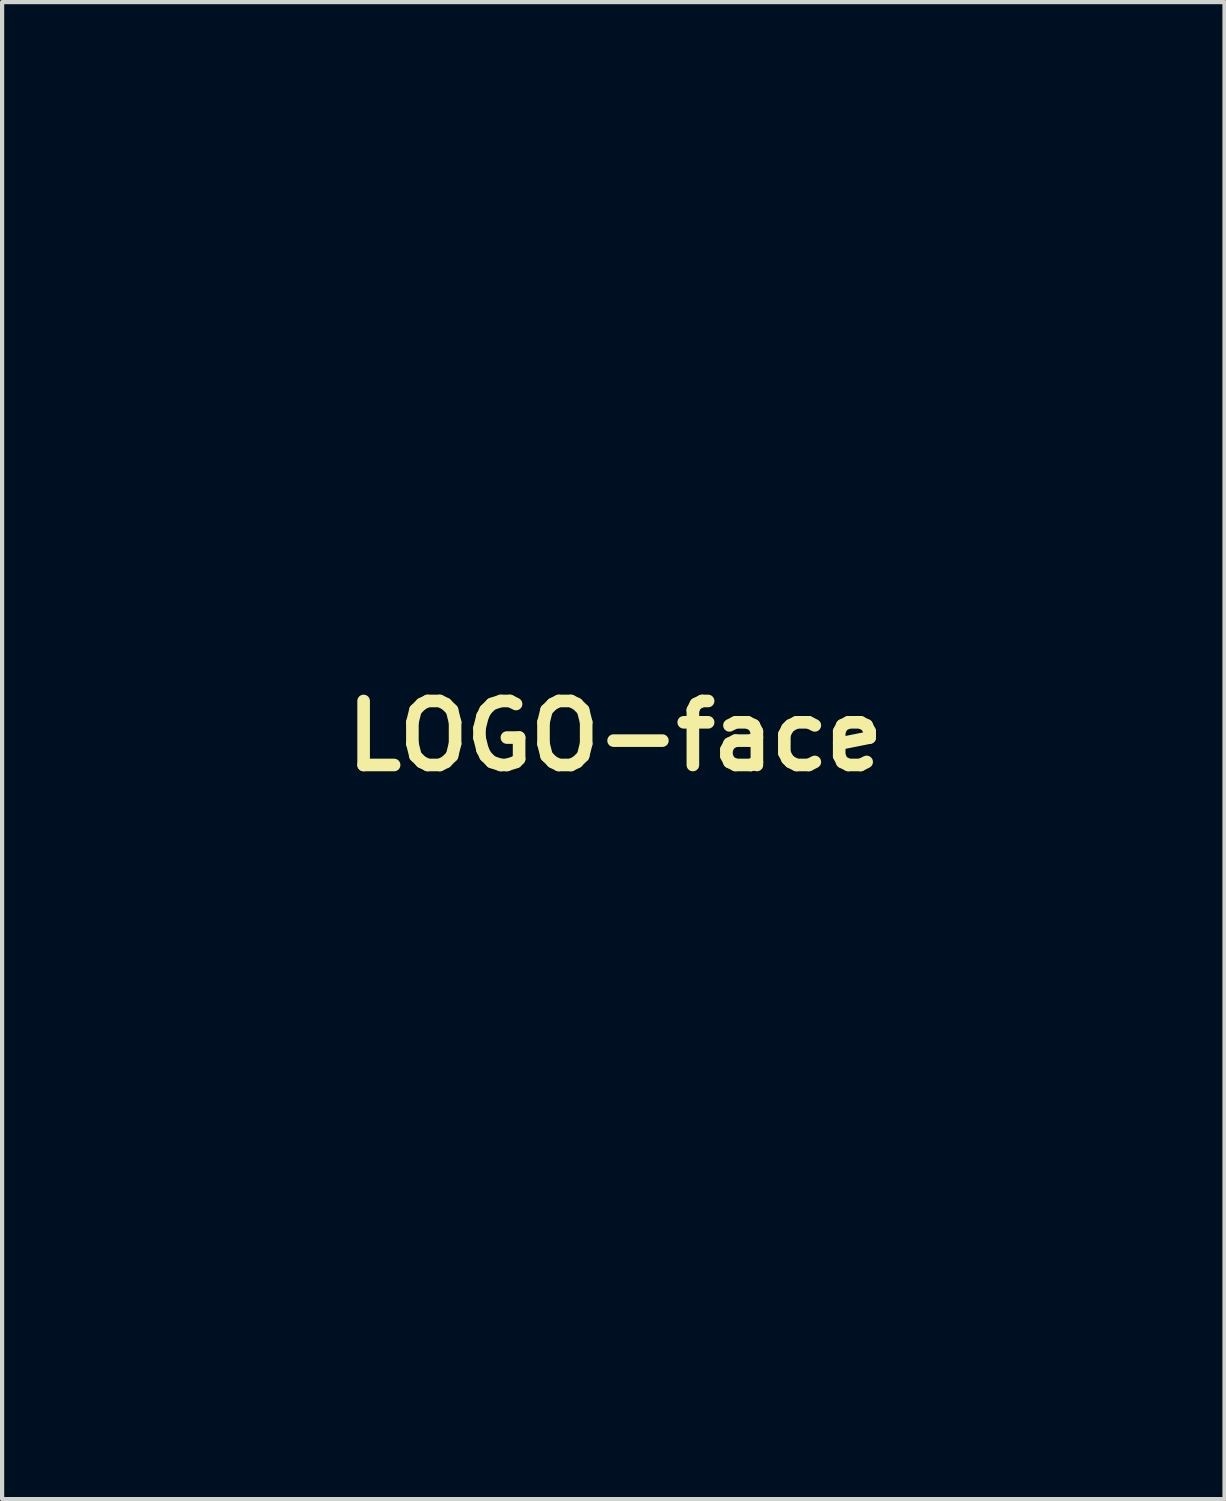
<source format=kicad_pcb>
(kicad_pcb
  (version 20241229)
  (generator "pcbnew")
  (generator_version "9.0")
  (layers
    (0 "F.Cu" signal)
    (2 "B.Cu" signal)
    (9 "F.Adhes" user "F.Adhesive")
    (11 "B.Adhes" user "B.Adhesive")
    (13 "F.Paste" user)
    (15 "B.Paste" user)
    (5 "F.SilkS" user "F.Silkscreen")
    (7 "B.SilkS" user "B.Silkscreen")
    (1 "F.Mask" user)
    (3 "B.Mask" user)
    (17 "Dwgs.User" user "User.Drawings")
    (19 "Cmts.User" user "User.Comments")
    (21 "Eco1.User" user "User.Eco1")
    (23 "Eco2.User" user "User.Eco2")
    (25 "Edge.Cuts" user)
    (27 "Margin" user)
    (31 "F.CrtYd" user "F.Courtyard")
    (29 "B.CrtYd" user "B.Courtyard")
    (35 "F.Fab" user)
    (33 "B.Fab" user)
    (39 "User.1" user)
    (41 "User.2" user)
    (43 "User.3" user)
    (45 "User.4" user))
  (footprint "LOGO-face"
    (layer "F.Cu")
    (at 11.593 14.471)
    (property "Reference" "LOGO-face" (at 0 0 0) (layer "F.SilkS") (effects (font (size 1.524 1.524) (thickness 0.3))))
    (attr through_hole)
    (fp_poly (pts (xy -1.693 -10.88) (xy -1.736 -10.837) (xy -1.778 -10.88) (xy -1.736 -10.922) (xy -1.693 -10.88)) (stroke (width 0.01) (type solid)) (fill no) (layer "Eco2.User"))
    (fp_poly (pts (xy -1.524 -11.557) (xy -1.566 -11.515) (xy -1.609 -11.557) (xy -1.566 -11.599) (xy -1.524 -11.557)) (stroke (width 0.01) (type solid)) (fill no) (layer "Eco2.User"))
    (fp_poly (pts (xy -1.355 -11.218) (xy -1.397 -11.176) (xy -1.439 -11.218) (xy -1.397 -11.261) (xy -1.355 -11.218)) (stroke (width 0.01) (type solid)) (fill no) (layer "Eco2.User"))
    (fp_poly (pts (xy -0.339 -12.573) (xy -0.381 -12.531) (xy -0.423 -12.573) (xy -0.381 -12.615) (xy -0.339 -12.573)) (stroke (width 0.01) (type solid)) (fill no) (layer "Eco2.User"))
    (fp_poly (pts (xy 0.254 -11.134) (xy 0.212 -11.091) (xy 0.169 -11.134) (xy 0.212 -11.176) (xy 0.254 -11.134)) (stroke (width 0.01) (type solid)) (fill no) (layer "Eco2.User"))
    (fp_poly (pts (xy 0.847 -12.742) (xy 0.804 -12.7) (xy 0.762 -12.742) (xy 0.804 -12.785) (xy 0.847 -12.742)) (stroke (width 0.01) (type solid)) (fill no) (layer "Eco2.User"))
    (fp_poly (pts (xy 1.016 -0.804) (xy 0.974 -0.762) (xy 0.931 -0.804) (xy 0.974 -0.847) (xy 1.016 -0.804)) (stroke (width 0.01) (type solid)) (fill no) (layer "Eco2.User"))
    (fp_poly (pts (xy 2.117 -12.658) (xy 2.074 -12.615) (xy 2.032 -12.658) (xy 2.074 -12.7) (xy 2.117 -12.658)) (stroke (width 0.01) (type solid)) (fill no) (layer "Eco2.User"))
    (fp_poly (pts (xy 2.794 -12.234) (xy 2.752 -12.192) (xy 2.709 -12.234) (xy 2.752 -12.277) (xy 2.794 -12.234)) (stroke (width 0.01) (type solid)) (fill no) (layer "Eco2.User"))
    (fp_poly (pts (xy 2.963 -12.742) (xy 2.921 -12.7) (xy 2.879 -12.742) (xy 2.921 -12.785) (xy 2.963 -12.742)) (stroke (width 0.01) (type solid)) (fill no) (layer "Eco2.User"))
    (fp_poly (pts (xy 3.641 -3.937) (xy 3.598 -3.895) (xy 3.556 -3.937) (xy 3.598 -3.979) (xy 3.641 -3.937)) (stroke (width 0.01) (type solid)) (fill no) (layer "Eco2.User"))
    (fp_poly (pts (xy 10.16 -2.921) (xy 10.118 -2.879) (xy 10.075 -2.921) (xy 10.118 -2.963) (xy 10.16 -2.921)) (stroke (width 0.01) (type solid)) (fill no) (layer "Eco2.User"))
    (fp_poly (pts (xy -5.701 -11.063) (xy -5.713 -11.013) (xy -5.757 -11.007) (xy -5.827 -11.038) (xy -5.814 -11.063) (xy -5.713 -11.073) (xy -5.701 -11.063)) (stroke (width 0.01) (type solid)) (fill no) (layer "Eco2.User"))
    (fp_poly (pts (xy -4.939 -11.825) (xy -4.951 -11.775) (xy -4.995 -11.769) (xy -5.065 -11.8) (xy -5.052 -11.825) (xy -4.951 -11.835) (xy -4.939 -11.825)) (stroke (width 0.01) (type solid)) (fill no) (layer "Eco2.User"))
    (fp_poly (pts (xy -4.636 -8.692) (xy -4.625 -8.661) (xy -4.741 -8.649) (xy -4.862 -8.663) (xy -4.847 -8.692) (xy -4.674 -8.703) (xy -4.636 -8.692)) (stroke (width 0.01) (type solid)) (fill no) (layer "Eco2.User"))
    (fp_poly (pts (xy -2.738 -12.248) (xy -2.727 -12.148) (xy -2.738 -12.136) (xy -2.788 -12.147) (xy -2.794 -12.192) (xy -2.763 -12.262) (xy -2.738 -12.248)) (stroke (width 0.01) (type solid)) (fill no) (layer "Eco2.User"))
    (fp_poly (pts (xy -1.637 -13.772) (xy -1.627 -13.672) (xy -1.637 -13.66) (xy -1.687 -13.671) (xy -1.693 -13.716) (xy -1.662 -13.786) (xy -1.637 -13.772)) (stroke (width 0.01) (type solid)) (fill no) (layer "Eco2.User"))
    (fp_poly (pts (xy -0.028 -13.857) (xy -0.04 -13.807) (xy -0.085 -13.801) (xy -0.154 -13.832) (xy -0.141 -13.857) (xy -0.041 -13.867) (xy -0.028 -13.857)) (stroke (width 0.01) (type solid)) (fill no) (layer "Eco2.User"))
    (fp_poly (pts (xy 0.056 -11.063) (xy 0.045 -11.013) (xy 0 -11.007) (xy -0.07 -11.038) (xy -0.056 -11.063) (xy 0.044 -11.073) (xy 0.056 -11.063)) (stroke (width 0.01) (type solid)) (fill no) (layer "Eco2.User"))
    (fp_poly (pts (xy 0.31 -12.756) (xy 0.321 -12.656) (xy 0.31 -12.644) (xy 0.26 -12.655) (xy 0.254 -12.7) (xy 0.285 -12.77) (xy 0.31 -12.756)) (stroke (width 0.01) (type solid)) (fill no) (layer "Eco2.User"))
    (fp_poly (pts (xy 0.734 -13.603) (xy 0.744 -13.503) (xy 0.734 -13.49) (xy 0.683 -13.502) (xy 0.677 -13.547) (xy 0.708 -13.616) (xy 0.734 -13.603)) (stroke (width 0.01) (type solid)) (fill no) (layer "Eco2.User"))
    (fp_poly (pts (xy 1.84 9.77) (xy 1.814 9.809) (xy 1.729 9.815) (xy 1.638 9.794) (xy 1.677 9.763) (xy 1.81 9.753) (xy 1.84 9.77)) (stroke (width 0.01) (type solid)) (fill no) (layer "Eco2.User"))
    (fp_poly (pts (xy 2.771 -7.925) (xy 2.746 -7.887) (xy 2.66 -7.881) (xy 2.57 -7.901) (xy 2.609 -7.932) (xy 2.741 -7.942) (xy 2.771 -7.925)) (stroke (width 0.01) (type solid)) (fill no) (layer "Eco2.User"))
    (fp_poly (pts (xy 4.17 -0.141) (xy 4.18 -0.11) (xy 4.064 -0.098) (xy 3.944 -0.111) (xy 3.958 -0.141) (xy 4.132 -0.152) (xy 4.17 -0.141)) (stroke (width 0.01) (type solid)) (fill no) (layer "Eco2.User"))
    (fp_poly (pts (xy 4.374 -5.729) (xy 4.385 -5.629) (xy 4.374 -5.616) (xy 4.324 -5.628) (xy 4.318 -5.673) (xy 4.349 -5.742) (xy 4.374 -5.729)) (stroke (width 0.01) (type solid)) (fill no) (layer "Eco2.User"))
    (fp_poly (pts (xy 5.052 4.262) (xy 5.062 4.362) (xy 5.052 4.374) (xy 5.001 4.363) (xy 4.995 4.318) (xy 5.026 4.248) (xy 5.052 4.262)) (stroke (width 0.01) (type solid)) (fill no) (layer "Eco2.User"))
    (fp_poly (pts (xy -1.87 -12.513) (xy -1.881 -12.434) (xy -1.927 -12.371) (xy -1.983 -12.435) (xy -2.014 -12.559) (xy -1.998 -12.593) (xy -1.914 -12.607) (xy -1.87 -12.513)) (stroke (width 0.01) (type solid)) (fill no) (layer "Eco2.User"))
    (fp_poly (pts (xy 0.487 -13.074) (xy 0.489 -13.023) (xy 0.404 -12.911) (xy 0.303 -12.897) (xy 0.254 -12.989) (xy 0.322 -13.106) (xy 0.388 -13.123) (xy 0.487 -13.074)) (stroke (width 0.01) (type solid)) (fill no) (layer "Eco2.User"))
    (fp_poly (pts (xy 2.22 0.069) (xy 2.276 0.185) (xy 2.221 0.268) (xy 2.127 0.313) (xy 2.067 0.222) (xy 2.047 0.064) (xy 2.117 0.01) (xy 2.22 0.069)) (stroke (width 0.01) (type solid)) (fill no) (layer "Eco2.User"))
    (fp_poly (pts (xy 2.259 -9.857) (xy 2.244 -9.755) (xy 2.133 -9.671) (xy 2.046 -9.708) (xy 2.032 -9.772) (xy 2.1 -9.889) (xy 2.166 -9.906) (xy 2.259 -9.857)) (stroke (width 0.01) (type solid)) (fill no) (layer "Eco2.User"))
    (fp_poly (pts (xy -7.228 -9.447) (xy -7.197 -9.398) (xy -7.268 -9.329) (xy -7.366 -9.313) (xy -7.504 -9.349) (xy -7.535 -9.398) (xy -7.464 -9.467) (xy -7.366 -9.483) (xy -7.228 -9.447)) (stroke (width 0.01) (type solid)) (fill no) (layer "Eco2.User"))
    (fp_poly (pts (xy -1.543 -12.938) (xy -1.621 -12.837) (xy -1.723 -12.798) (xy -1.778 -12.847) (xy -1.778 -12.853) (xy -1.71 -12.951) (xy -1.644 -12.987) (xy -1.545 -12.99) (xy -1.543 -12.938)) (stroke (width 0.01) (type solid)) (fill no) (layer "Eco2.User"))
    (fp_poly (pts (xy 2.845 -11.642) (xy 2.836 -11.599) (xy 2.714 -11.522) (xy 2.657 -11.515) (xy 2.573 -11.557) (xy 2.582 -11.599) (xy 2.704 -11.676) (xy 2.762 -11.684) (xy 2.845 -11.642)) (stroke (width 0.01) (type solid)) (fill no) (layer "Eco2.User"))
    (fp_poly (pts (xy 3.048 -7.662) (xy 3.129 -7.586) (xy 3.133 -7.573) (xy 3.067 -7.536) (xy 3.048 -7.535) (xy 2.967 -7.6) (xy 2.963 -7.625) (xy 3.015 -7.676) (xy 3.048 -7.662)) (stroke (width 0.01) (type solid)) (fill no) (layer "Eco2.User"))
    (fp_poly (pts (xy 3.104 -11.801) (xy 3.09 -11.769) (xy 3.014 -11.688) (xy 3.001 -11.684) (xy 2.964 -11.75) (xy 2.963 -11.769) (xy 3.028 -11.85) (xy 3.053 -11.853) (xy 3.104 -11.801)) (stroke (width 0.01) (type solid)) (fill no) (layer "Eco2.User"))
    (fp_poly (pts (xy 4.779 -0.221) (xy 4.784 -0.169) (xy 4.661 -0.091) (xy 4.609 -0.085) (xy 4.5 -0.132) (xy 4.487 -0.169) (xy 4.558 -0.237) (xy 4.662 -0.254) (xy 4.779 -0.221)) (stroke (width 0.01) (type solid)) (fill no) (layer "Eco2.User"))
    (fp_poly (pts (xy 4.994 -1.966) (xy 4.995 -1.947) (xy 4.93 -1.866) (xy 4.906 -1.863) (xy 4.855 -1.915) (xy 4.868 -1.947) (xy 4.944 -2.028) (xy 4.958 -2.032) (xy 4.994 -1.966)) (stroke (width 0.01) (type solid)) (fill no) (layer "Eco2.User"))
    (fp_poly (pts (xy 5.08 -3.683) (xy 5.161 -3.607) (xy 5.165 -3.593) (xy 5.099 -3.557) (xy 5.08 -3.556) (xy 4.999 -3.621) (xy 4.995 -3.646) (xy 5.047 -3.696) (xy 5.08 -3.683)) (stroke (width 0.01) (type solid)) (fill no) (layer "Eco2.User"))
    (fp_poly (pts (xy 5.151 5.242) (xy 5.165 5.339) (xy 5.128 5.474) (xy 5.08 5.503) (xy 5.017 5.431) (xy 4.995 5.287) (xy 5.022 5.143) (xy 5.08 5.122) (xy 5.151 5.242)) (stroke (width 0.01) (type solid)) (fill no) (layer "Eco2.User"))
    (fp_poly (pts (xy 9.903 -2.055) (xy 9.906 -2.032) (xy 9.877 -1.95) (xy 9.869 -1.947) (xy 9.796 -2.007) (xy 9.779 -2.032) (xy 9.786 -2.11) (xy 9.816 -2.117) (xy 9.903 -2.055)) (stroke (width 0.01) (type solid)) (fill no) (layer "Eco2.User"))
    (fp_poly (pts (xy 10.75 -6.878) (xy 10.753 -6.858) (xy 10.688 -6.776) (xy 10.668 -6.773) (xy 10.586 -6.838) (xy 10.583 -6.858) (xy 10.648 -6.94) (xy 10.668 -6.943) (xy 10.75 -6.878)) (stroke (width 0.01) (type solid)) (fill no) (layer "Eco2.User"))
    (fp_poly (pts (xy 0.049 -10.704) (xy 0 -10.626) (xy -0.134 -10.526) (xy -0.269 -10.502) (xy -0.338 -10.562) (xy -0.339 -10.574) (xy -0.267 -10.665) (xy -0.105 -10.736) (xy 0.017 -10.753) (xy 0.049 -10.704)) (stroke (width 0.01) (type solid)) (fill no) (layer "Eco2.User"))
    (fp_poly (pts (xy 4.499 -9.59) (xy 4.522 -9.502) (xy 4.435 -9.45) (xy 4.296 -9.456) (xy 4.228 -9.486) (xy 4.164 -9.554) (xy 4.255 -9.613) (xy 4.263 -9.616) (xy 4.429 -9.626) (xy 4.499 -9.59)) (stroke (width 0.01) (type solid)) (fill no) (layer "Eco2.User"))
    (fp_poly (pts (xy 5.038 -12.355) (xy 4.826 -12.234) (xy 4.611 -12.142) (xy 4.45 -12.11) (xy 4.336 -12.115) (xy 4.357 -12.159) (xy 4.45 -12.232) (xy 4.667 -12.331) (xy 4.826 -12.356) (xy 5.038 -12.355)) (stroke (width 0.01) (type solid)) (fill no) (layer "Eco2.User"))
    (fp_poly (pts (xy 5.558 -12.165) (xy 5.577 -12.05) (xy 5.517 -11.913) (xy 5.426 -11.853) (xy 5.308 -11.914) (xy 5.298 -11.928) (xy 5.313 -12.028) (xy 5.41 -12.133) (xy 5.52 -12.18) (xy 5.558 -12.165)) (stroke (width 0.01) (type solid)) (fill no) (layer "Eco2.User"))
    (fp_poly (pts (xy -0.789 -10.1) (xy -0.894 -10.014) (xy -1.042 -9.962) (xy -1.159 -9.963) (xy -1.185 -9.999) (xy -1.122 -10.074) (xy -1.108 -10.075) (xy -0.968 -10.103) (xy -0.882 -10.132) (xy -0.781 -10.146) (xy -0.789 -10.1)) (stroke (width 0.01) (type solid)) (fill no) (layer "Eco2.User"))
    (fp_poly (pts (xy -0.046 -13.198) (xy -0.067 -13.115) (xy -0.167 -12.962) (xy -0.173 -12.953) (xy -0.286 -12.827) (xy -0.333 -12.841) (xy -0.337 -12.88) (xy -0.292 -13.013) (xy -0.191 -13.142) (xy -0.086 -13.208) (xy -0.046 -13.198)) (stroke (width 0.01) (type solid)) (fill no) (layer "Eco2.User"))
    (fp_poly (pts (xy -3.74 0.011) (xy -3.785 0.071) (xy -3.829 0.106) (xy -3.96 0.278) (xy -3.995 0.381) (xy -4.039 0.481) (xy -4.077 0.466) (xy -4.094 0.307) (xy -4.019 0.13) (xy -3.894 0.013) (xy -3.839 0) (xy -3.74 0.011)) (stroke (width 0.01) (type solid)) (fill no) (layer "Eco2.User"))
    (fp_poly (pts (xy 7.758 3.934) (xy 7.852 4.092) (xy 7.862 4.113) (xy 7.912 4.285) (xy 7.895 4.483) (xy 7.814 4.746) (xy 7.713 4.977) (xy 7.606 5.146) (xy 7.516 5.231) (xy 7.465 5.213) (xy 7.475 5.069) (xy 7.477 5.06) (xy 7.513 4.87) (xy 7.555 4.586) (xy 7.581 4.381) (xy 7.63 4.072) (xy 7.686 3.926) (xy 7.758 3.934)) (stroke (width 0.01) (type solid)) (fill no) (layer "Eco2.User"))
    (fp_poly (pts (xy -6.717 -0.468) (xy -6.498 -0.425) (xy -6.346 -0.365) (xy -6.327 -0.35) (xy -6.269 -0.222) (xy -6.222 -0.01) (xy -6.22 0.009) (xy -6.184 0.296) (xy -6.712 0.296) (xy -7.04 0.306) (xy -7.339 0.33) (xy -7.493 0.354) (xy -7.708 0.382) (xy -7.853 0.368) (xy -7.951 0.258) (xy -7.912 0.089) (xy -7.773 -0.081) (xy -7.518 -0.216) (xy -7.183 -0.251) (xy -6.829 -0.185) (xy -6.677 -0.121) (xy -6.492 -0.043) (xy -6.381 -0.027) (xy -6.375 -0.031) (xy -6.415 -0.085) (xy -6.561 -0.166) (xy -6.76 -0.251) (xy -6.955 -0.317) (xy -7.08 -0.339) (xy -7.186 -0.394) (xy -7.197 -0.435) (xy -7.124 -0.479) (xy -6.945 -0.488) (xy -6.717 -0.468)) (stroke (width 0.01) (type solid)) (fill no) (layer "Eco2.User"))
    (fp_poly (pts (xy 1.124 -14.461) (xy 1.576 -14.442) (xy 1.88 -14.411) (xy 1.99 -14.388) (xy 2.279 -14.316) (xy 2.629 -14.247) (xy 2.794 -14.222) (xy 3.267 -14.145) (xy 3.758 -14.05) (xy 4.231 -13.944) (xy 4.649 -13.837) (xy 4.975 -13.737) (xy 5.172 -13.653) (xy 5.176 -13.651) (xy 5.372 -13.523) (xy 5.642 -13.344) (xy 5.863 -13.193) (xy 6.117 -13.038) (xy 6.479 -12.84) (xy 6.902 -12.623) (xy 7.34 -12.414) (xy 7.37 -12.4) (xy 7.785 -12.209) (xy 8.169 -12.032) (xy 8.483 -11.886) (xy 8.688 -11.789) (xy 8.709 -11.779) (xy 9.012 -11.57) (xy 9.336 -11.24) (xy 9.649 -10.828) (xy 9.8 -10.583) (xy 9.987 -10.286) (xy 10.216 -9.963) (xy 10.326 -9.821) (xy 10.659 -9.394) (xy 10.913 -9.028) (xy 11.124 -8.666) (xy 11.264 -8.388) (xy 11.501 -7.899) (xy 11.459 -5.749) (xy 11.416 -3.598) (xy 11.131 -2.836) (xy 10.987 -2.423) (xy 10.839 -1.946) (xy 10.695 -1.438) (xy 10.563 -0.93) (xy 10.45 -0.454) (xy 10.364 -0.042) (xy 10.314 0.273) (xy 10.308 0.461) (xy 10.309 0.466) (xy 10.405 0.667) (xy 10.582 0.858) (xy 10.603 0.873) (xy 10.81 1.051) (xy 10.964 1.254) (xy 11.071 1.51) (xy 11.141 1.847) (xy 11.181 2.294) (xy 11.2 2.879) (xy 11.201 2.947) (xy 11.206 3.436) (xy 11.203 3.791) (xy 11.188 4.049) (xy 11.155 4.245) (xy 11.102 4.415) (xy 11.022 4.595) (xy 10.993 4.657) (xy 10.87 4.915) (xy 10.7 5.281) (xy 10.504 5.706) (xy 10.304 6.142) (xy 10.293 6.167) (xy 10.1 6.579) (xy 9.912 6.959) (xy 9.748 7.266) (xy 9.63 7.463) (xy 9.618 7.479) (xy 9.445 7.736) (xy 9.275 8.03) (xy 9.246 8.086) (xy 8.985 8.482) (xy 8.659 8.796) (xy 8.355 8.969) (xy 8.155 9.013) (xy 7.848 9.045) (xy 7.496 9.059) (xy 7.451 9.059) (xy 6.785 9.059) (xy 6.688 9.53) (xy 6.635 9.755) (xy 6.565 9.987) (xy 6.466 10.257) (xy 6.325 10.596) (xy 6.131 11.035) (xy 5.963 11.406) (xy 5.675 11.914) (xy 5.304 12.33) (xy 4.818 12.683) (xy 4.403 12.905) (xy 3.683 13.25) (xy 0.889 13.25) (xy 0.339 13.81) (xy -0.181 14.272) (xy -0.746 14.634) (xy -1.412 14.93) (xy -1.599 14.997) (xy -1.965 15.082) (xy -2.443 15.136) (xy -2.984 15.159) (xy -3.538 15.151) (xy -4.057 15.112) (xy -4.489 15.042) (xy -4.699 14.982) (xy -4.967 14.891) (xy -5.188 14.832) (xy -5.268 14.82) (xy -5.409 14.766) (xy -5.605 14.636) (xy -5.804 14.472) (xy -5.922 14.351) (xy -4.572 14.351) (xy -4.53 14.393) (xy -4.487 14.351) (xy -4.53 14.309) (xy -4.572 14.351) (xy -5.922 14.351) (xy -5.957 14.315) (xy -6.011 14.213) (xy -6.045 14.104) (xy -6.136 13.885) (xy -6.265 13.599) (xy -6.301 13.523) (xy -6.459 13.149) (xy -6.623 12.691) (xy -6.766 12.233) (xy -6.8 12.107) (xy -6.939 11.652) (xy -7.076 11.28) (xy -4.721 11.28) (xy -4.623 11.363) (xy -4.418 11.446) (xy -4.311 11.476) (xy -3.999 11.566) (xy -3.697 11.677) (xy -3.641 11.702) (xy -3.42 11.779) (xy -3.175 11.829) (xy -2.951 11.848) (xy -2.793 11.833) (xy -2.746 11.78) (xy -2.752 11.769) (xy -2.737 11.692) (xy -2.693 11.683) (xy -2.619 11.663) (xy -2.667 11.618) (xy -2.796 11.567) (xy -2.962 11.527) (xy -3.09 11.515) (xy -3.34 11.485) (xy -3.63 11.415) (xy -3.683 11.398) (xy -4.03 11.296) (xy -4.338 11.233) (xy -4.576 11.212) (xy -4.708 11.238) (xy -4.721 11.28) (xy -7.076 11.28) (xy -7.12 11.16) (xy -7.311 10.721) (xy -7.358 10.626) (xy -7.552 10.194) (xy -7.758 9.645) (xy -7.96 9.029) (xy -8.074 8.634) (xy -6.754 8.634) (xy -6.684 8.75) (xy -6.446 8.853) (xy -6.268 8.899) (xy -5.927 9.036) (xy -5.607 9.267) (xy -5.601 9.272) (xy -5.365 9.475) (xy -5.199 9.552) (xy -5.068 9.508) (xy -4.962 9.385) (xy -4.846 9.263) (xy -4.74 9.281) (xy -4.713 9.302) (xy -4.597 9.336) (xy -4.35 9.376) (xy -4.01 9.417) (xy -3.614 9.456) (xy -3.199 9.491) (xy -2.803 9.518) (xy -2.464 9.534) (xy -2.22 9.535) (xy -2.109 9.52) (xy -2.019 9.55) (xy -1.903 9.654) (xy -1.752 9.781) (xy -1.587 9.809) (xy -1.359 9.738) (xy -1.203 9.664) (xy -0.938 9.546) (xy -0.691 9.46) (xy -0.656 9.451) (xy -0.476 9.364) (xy -0.423 9.199) (xy -0.423 9.193) (xy -0.495 9.015) (xy -0.712 8.893) (xy -1.081 8.824) (xy -1.521 8.805) (xy -1.907 8.783) (xy -2.308 8.724) (xy -2.546 8.668) (xy -3.028 8.527) (xy -3.382 8.43) (xy -3.642 8.373) (xy -3.844 8.353) (xy -4.02 8.365) (xy -4.207 8.404) (xy -4.337 8.439) (xy -4.62 8.51) (xy -4.819 8.528) (xy -5.014 8.488) (xy -5.283 8.385) (xy -5.549 8.283) (xy -5.723 8.245) (xy -5.868 8.265) (xy -6.043 8.34) (xy -6.252 8.42) (xy -6.399 8.441) (xy -6.418 8.435) (xy -6.537 8.442) (xy -6.655 8.506) (xy -6.754 8.634) (xy -8.074 8.634) (xy -8.144 8.394) (xy -8.292 7.792) (xy -8.38 7.344) (xy -8.415 7.039) (xy -8.443 6.625) (xy -8.461 6.16) (xy -8.466 5.8) (xy -8.467 5.753) (xy -6.167 5.753) (xy -6.068 5.875) (xy -5.842 6.044) (xy -5.639 6.208) (xy -5.519 6.365) (xy -5.503 6.421) (xy -5.444 6.586) (xy -5.313 6.748) (xy -5.04 6.946) (xy -4.77 7.014) (xy -4.446 6.962) (xy -4.317 6.92) (xy -3.936 6.737) (xy -3.516 6.453) (xy -3.218 6.204) (xy -3.059 6.073) (xy -2.955 6.012) (xy -2.95 6.011) (xy -2.859 5.934) (xy -2.793 5.731) (xy -2.76 5.443) (xy -2.764 5.114) (xy -2.787 4.912) (xy -2.865 4.554) (xy -2.956 4.307) (xy -3.047 4.178) (xy -3.122 4.177) (xy -3.167 4.313) (xy -3.167 4.596) (xy -3.159 4.679) (xy -3.142 4.957) (xy -3.172 5.129) (xy -3.262 5.255) (xy -3.293 5.284) (xy -3.401 5.372) (xy -3.496 5.391) (xy -3.626 5.331) (xy -3.841 5.182) (xy -3.859 5.169) (xy -4.088 5.013) (xy -4.249 4.943) (xy -4.409 4.945) (xy -4.612 4.995) (xy -4.908 5.124) (xy -5.221 5.332) (xy -5.338 5.432) (xy -5.563 5.625) (xy -5.728 5.714) (xy -5.885 5.722) (xy -5.938 5.712) (xy -6.125 5.696) (xy -6.167 5.753) (xy -8.467 5.753) (xy -8.47 5.63) (xy -6.35 5.63) (xy -6.308 5.673) (xy -6.265 5.63) (xy -6.308 5.588) (xy -6.35 5.63) (xy -8.47 5.63) (xy -8.477 5.31) (xy -8.507 4.794) (xy -8.549 4.303) (xy -4.041 4.303) (xy -4.031 4.367) (xy -3.941 4.479) (xy -3.826 4.426) (xy -3.73 4.284) (xy -3.669 4.08) (xy -3.713 3.935) (xy -3.812 3.895) (xy -3.916 3.966) (xy -4.005 4.128) (xy -4.041 4.303) (xy -8.549 4.303) (xy -8.551 4.28) (xy -8.608 3.798) (xy -8.672 3.375) (xy -8.74 3.042) (xy -8.808 2.827) (xy -8.858 2.759) (xy -8.984 2.737) (xy -9.24 2.71) (xy -9.587 2.682) (xy -9.935 2.659) (xy -10.901 2.601) (xy -11.229 1.964) (xy -11.402 1.605) (xy -11.485 1.374) (xy -10.756 1.374) (xy -10.683 1.543) (xy -10.596 1.705) (xy -10.372 2.109) (xy -9.779 2.138) (xy -9.414 2.156) (xy -9.059 2.173) (xy -8.826 2.185) (xy -8.607 2.177) (xy -8.48 2.139) (xy -8.467 2.117) (xy -8.539 2.049) (xy -8.657 2.027) (xy -8.848 2.021) (xy -8.65 1.942) (xy -8.513 1.848) (xy -8.486 1.762) (xy -8.589 1.661) (xy -8.771 1.593) (xy -8.957 1.576) (xy -9.07 1.627) (xy -9.161 1.653) (xy -9.367 1.606) (xy -9.702 1.481) (xy -9.837 1.425) (xy -10.209 1.277) (xy -10.46 1.201) (xy -10.618 1.19) (xy -10.682 1.213) (xy -10.753 1.279) (xy -10.756 1.374) (xy -11.485 1.374) (xy -11.506 1.315) (xy -11.561 1.017) (xy -11.588 0.65) (xy -11.588 0.594) (xy -11.056 0.594) (xy -11.022 0.784) (xy -10.96 0.885) (xy -10.912 0.883) (xy -10.867 0.772) (xy -10.882 0.671) (xy -10.903 0.501) (xy -10.884 0.431) (xy -10.798 0.438) (xy -10.608 0.514) (xy -10.355 0.636) (xy -10.079 0.785) (xy -9.819 0.937) (xy -9.617 1.073) (xy -9.525 1.153) (xy -9.381 1.246) (xy -9.229 1.298) (xy -9.047 1.337) (xy -8.868 1.37) (xy -8.734 1.392) (xy -8.69 1.394) (xy -8.742 1.379) (xy -8.875 1.311) (xy -8.857 1.233) (xy -8.698 1.175) (xy -8.661 1.17) (xy -8.533 1.145) (xy -8.468 1.082) (xy -8.448 0.937) (xy -8.455 0.666) (xy -8.456 0.656) (xy -8.455 0.359) (xy -8.421 0.195) (xy -8.388 0.169) (xy -8.318 0.241) (xy -8.297 0.368) (xy -8.228 0.559) (xy -8.032 0.818) (xy -7.883 0.973) (xy -7.577 1.262) (xy -7.369 1.43) (xy -7.247 1.484) (xy -7.227 1.462) (xy -6.955 1.462) (xy -6.908 1.505) (xy -6.71 1.521) (xy -6.468 1.505) (xy -6.362 1.445) (xy -6.35 1.395) (xy -6.392 1.31) (xy -6.543 1.313) (xy -6.583 1.322) (xy -6.846 1.398) (xy -6.955 1.462) (xy -7.227 1.462) (xy -7.199 1.43) (xy -7.197 1.401) (xy -7.244 1.286) (xy -7.286 1.27) (xy -7.341 1.221) (xy -7.331 1.197) (xy -7.226 1.144) (xy -7.014 1.096) (xy -6.898 1.079) (xy -6.589 1.008) (xy -6.4 0.885) (xy -6.395 0.878) (xy -6.284 0.778) (xy -6.22 0.779) (xy -6.205 0.887) (xy -6.223 1.112) (xy -6.267 1.408) (xy -6.329 1.727) (xy -6.402 2.019) (xy -6.422 2.164) (xy -6.345 2.195) (xy -6.304 2.189) (xy -6.222 2.138) (xy -6.148 2.004) (xy -6.072 1.759) (xy -5.983 1.376) (xy -5.974 1.337) (xy -5.889 0.975) (xy -5.803 0.671) (xy -5.728 0.467) (xy -5.694 0.41) (xy -5.603 0.27) (xy -5.601 0.158) (xy -5.685 0.129) (xy -5.706 0.135) (xy -5.848 0.119) (xy -5.889 0.078) (xy -5.885 0.022) (xy -5.766 0.002) (xy -5.509 0.015) (xy -5.443 0.02) (xy -5.152 0.034) (xy -4.921 0.023) (xy -4.821 -0.003) (xy -4.809 -0.055) (xy -4.961 -0.092) (xy -5.039 -0.1) (xy -5.243 -0.126) (xy -5.343 -0.192) (xy -5.381 -0.347) (xy -5.393 -0.501) (xy -5.418 -0.738) (xy -5.451 -0.895) (xy -5.465 -0.921) (xy -5.584 -0.978) (xy -5.812 -1.046) (xy -6.088 -1.113) (xy -6.353 -1.163) (xy -6.536 -1.182) (xy -6.72 -1.209) (xy -6.809 -1.259) (xy -6.953 -1.355) (xy -7.179 -1.394) (xy -7.41 -1.37) (xy -7.546 -1.303) (xy -7.706 -1.212) (xy -7.811 -1.208) (xy -7.934 -1.198) (xy -8.09 -1.128) (xy -8.211 -1.036) (xy -8.234 -0.97) (xy -8.221 -0.829) (xy -8.332 -0.762) (xy -8.34 -0.762) (xy -8.452 -0.7) (xy -8.467 -0.647) (xy -8.548 -0.56) (xy -8.784 -0.492) (xy -9.157 -0.446) (xy -9.654 -0.425) (xy -9.841 -0.423) (xy -10.325 -0.388) (xy -10.672 -0.275) (xy -10.902 -0.077) (xy -11.013 0.145) (xy -11.055 0.365) (xy -11.056 0.594) (xy -11.588 0.594) (xy -11.588 0.089) (xy -11.522 -0.329) (xy -11.375 -0.623) (xy -11.133 -0.809) (xy -10.782 -0.906) (xy -10.349 -0.931) (xy -9.981 -0.939) (xy -9.619 -0.96) (xy -9.384 -0.983) (xy -9.009 -1.034) (xy -8.977 -1.27) (xy -8.382 -1.27) (xy -8.313 -1.195) (xy -8.255 -1.185) (xy -8.142 -1.231) (xy -8.128 -1.27) (xy -8.197 -1.345) (xy -8.255 -1.355) (xy -8.368 -1.309) (xy -8.382 -1.27) (xy -8.977 -1.27) (xy -8.906 -1.808) (xy -8.866 -2.198) (xy -8.834 -2.694) (xy -8.812 -3.235) (xy -8.804 -3.758) (xy -8.804 -3.783) (xy -8.801 -4.302) (xy -8.784 -4.707) (xy -8.764 -4.908) (xy 3.492 -4.908) (xy 3.521 -4.815) (xy 3.586 -4.751) (xy 3.623 -4.814) (xy 3.623 -4.946) (xy 3.607 -4.972) (xy 3.526 -4.992) (xy 3.492 -4.908) (xy -8.764 -4.908) (xy -8.748 -5.056) (xy -8.687 -5.403) (xy -8.593 -5.805) (xy -8.548 -5.983) (xy -8.397 -6.505) (xy -8.227 -6.992) (xy -8.058 -7.388) (xy -7.999 -7.503) (xy -7.707 -8.024) (xy -7.962 -8.129) (xy -8.192 -8.269) (xy -8.411 -8.467) (xy -8.426 -8.484) (xy -8.523 -8.613) (xy -8.585 -8.749) (xy -8.619 -8.933) (xy -8.633 -9.207) (xy -8.635 -9.404) (xy -8.111 -9.404) (xy -8.086 -9.236) (xy -7.957 -9.033) (xy -7.743 -8.826) (xy -7.463 -8.642) (xy -7.443 -8.632) (xy -7.221 -8.493) (xy -7.124 -8.348) (xy -7.109 -8.232) (xy -7.105 -8.001) (xy -6.858 -8.29) (xy -6.579 -8.524) (xy -6.285 -8.608) (xy -6.002 -8.537) (xy -5.969 -8.516) (xy -5.762 -8.418) (xy -5.517 -8.343) (xy -5.321 -8.316) (xy -5.227 -8.367) (xy -5.191 -8.46) (xy -5.122 -8.581) (xy -5.048 -8.563) (xy -4.894 -8.516) (xy -4.631 -8.504) (xy -4.315 -8.524) (xy -4.001 -8.571) (xy -3.747 -8.64) (xy -3.697 -8.661) (xy -3.08 -8.887) (xy -2.478 -8.954) (xy -2.286 -8.944) (xy -2.022 -8.918) (xy -1.835 -8.896) (xy -1.778 -8.886) (xy -1.668 -8.88) (xy -1.582 -8.886) (xy -1.396 -8.857) (xy -1.328 -8.819) (xy -1.155 -8.712) (xy -0.915 -8.606) (xy -0.659 -8.519) (xy -0.439 -8.466) (xy -0.305 -8.465) (xy -0.29 -8.477) (xy -0.176 -8.525) (xy -0.054 -8.508) (xy 0.126 -8.466) (xy 0.406 -8.419) (xy 0.649 -8.385) (xy 1.06 -8.301) (xy 1.361 -8.169) (xy 1.403 -8.139) (xy 1.65 -8) (xy 1.936 -7.909) (xy 1.956 -7.905) (xy 2.185 -7.842) (xy 2.288 -7.733) (xy 2.303 -7.673) (xy 2.389 -7.523) (xy 2.511 -7.493) (xy 2.686 -7.467) (xy 2.757 -7.431) (xy 2.879 -7.401) (xy 3.012 -7.417) (xy 3.151 -7.42) (xy 3.28 -7.327) (xy 3.434 -7.12) (xy 3.578 -6.867) (xy 3.632 -6.637) (xy 3.622 -6.353) (xy 3.61 -6.122) (xy 3.624 -5.987) (xy 3.644 -5.971) (xy 3.668 -5.925) (xy 3.649 -5.762) (xy 3.635 -5.693) (xy 3.612 -5.304) (xy 3.656 -5.114) (xy 3.706 -4.744) (xy 3.592 -4.393) (xy 3.425 -4.179) (xy 3.278 -3.979) (xy 3.264 -3.781) (xy 3.269 -3.761) (xy 3.358 -3.585) (xy 3.495 -3.459) (xy 3.628 -3.423) (xy 3.672 -3.446) (xy 3.714 -3.421) (xy 3.725 -3.323) (xy 3.684 -3.166) (xy 3.626 -3.114) (xy 3.6 -3.03) (xy 3.701 -2.846) (xy 3.727 -2.81) (xy 3.95 -2.603) (xy 4.189 -2.537) (xy 4.406 -2.617) (xy 4.506 -2.727) (xy 4.63 -2.913) (xy 4.777 -2.689) (xy 4.879 -2.432) (xy 4.818 -2.221) (xy 4.594 -2.055) (xy 4.574 -2.046) (xy 4.41 -1.959) (xy 4.384 -1.885) (xy 4.44 -1.814) (xy 4.604 -1.712) (xy 4.693 -1.693) (xy 4.794 -1.627) (xy 4.826 -1.471) (xy 4.788 -1.289) (xy 4.684 -1.143) (xy 4.678 -1.138) (xy 4.592 -1.056) (xy 4.614 -0.977) (xy 4.761 -0.85) (xy 4.763 -0.848) (xy 4.919 -0.709) (xy 4.994 -0.611) (xy 4.995 -0.603) (xy 4.923 -0.543) (xy 4.736 -0.453) (xy 4.57 -0.389) (xy 4.241 -0.305) (xy 3.93 -0.285) (xy 3.683 -0.326) (xy 3.543 -0.425) (xy 3.534 -0.446) (xy 3.468 -0.488) (xy 3.353 -0.402) (xy 3.198 -0.303) (xy 3.042 -0.342) (xy 2.915 -0.389) (xy 2.879 -0.374) (xy 2.826 -0.372) (xy 2.755 -0.42) (xy 2.611 -0.481) (xy 2.544 -0.468) (xy 2.463 -0.481) (xy 2.453 -0.524) (xy 2.378 -0.644) (xy 2.19 -0.791) (xy 1.936 -0.939) (xy 1.664 -1.061) (xy 1.526 -1.101) (xy 3.344 -1.101) (xy 3.37 -1.034) (xy 3.466 -1.016) (xy 3.607 -1.051) (xy 3.641 -1.101) (xy 3.572 -1.177) (xy 3.519 -1.185) (xy 3.375 -1.134) (xy 3.344 -1.101) (xy 1.526 -1.101) (xy 1.421 -1.131) (xy 1.355 -1.138) (xy 1.115 -1.186) (xy 0.973 -1.326) (xy 0.958 -1.355) (xy 0.815 -1.536) (xy 0.677 -1.625) (xy 0.378 -1.683) (xy -0.01 -1.693) (xy 4.233 -1.693) (xy 4.264 -1.624) (xy 4.29 -1.637) (xy 4.3 -1.737) (xy 4.29 -1.75) (xy 4.239 -1.738) (xy 4.233 -1.693) (xy -0.01 -1.693) (xy -0.047 -1.694) (xy -0.559 -1.662) (xy -1.122 -1.593) (xy -1.699 -1.49) (xy -2.253 -1.358) (xy -2.748 -1.202) (xy -2.792 -1.186) (xy -3.124 -1.051) (xy -3.33 -0.938) (xy -3.446 -0.824) (xy -3.501 -0.706) (xy -3.611 -0.443) (xy -3.76 -0.298) (xy -4.002 -0.223) (xy -4.048 -0.215) (xy -4.36 -0.162) (xy -4.331 0.729) (xy -4.312 1.159) (xy -4.281 1.461) (xy -4.231 1.675) (xy -4.155 1.844) (xy -4.12 1.901) (xy -3.955 2.098) (xy -3.785 2.163) (xy -3.725 2.161) (xy -3.541 2.085) (xy -3.483 1.982) (xy -3.39 1.798) (xy -3.317 1.726) (xy -3.23 1.626) (xy -3.249 1.486) (xy -3.284 1.402) (xy -3.359 1.213) (xy -3.387 1.097) (xy -3.326 1.02) (xy -3.178 1.033) (xy -2.989 1.125) (xy -2.875 1.214) (xy -2.716 1.339) (xy -2.612 1.346) (xy -2.556 1.301) (xy -2.504 1.193) (xy -2.577 1.066) (xy -2.623 1.018) (xy -2.748 0.87) (xy -2.794 0.774) (xy -2.793 0.772) (xy -2.286 0.772) (xy -2.234 0.818) (xy -2.201 0.804) (xy -2.199 0.802) (xy -1.863 0.802) (xy -1.788 0.906) (xy -1.619 0.931) (xy -1.372 0.998) (xy -1.259 1.104) (xy -1.056 1.281) (xy -0.753 1.405) (xy -0.419 1.456) (xy -0.2 1.437) (xy 0.038 1.409) (xy 0.132 1.467) (xy 0.087 1.605) (xy -0.054 1.681) (xy -0.36 1.721) (xy -0.547 1.728) (xy -0.837 1.734) (xy -0.979 1.749) (xy -0.992 1.777) (xy -0.898 1.827) (xy -0.872 1.838) (xy -0.702 1.904) (xy -0.55 1.934) (xy -0.365 1.93) (xy -0.097 1.89) (xy 0.138 1.848) (xy 0.448 1.772) (xy 0.709 1.675) (xy 0.843 1.594) (xy 0.992 1.482) (xy 4.233 1.482) (xy 4.276 1.524) (xy 4.318 1.482) (xy 4.276 1.439) (xy 4.233 1.482) (xy 0.992 1.482) (xy 0.996 1.478) (xy 1.094 1.439) (xy 1.215 1.362) (xy 1.248 1.285) (xy 1.708 1.285) (xy 1.745 1.39) (xy 1.828 1.478) (xy 1.915 1.433) (xy 1.947 1.307) (xy 1.879 1.199) (xy 1.82 1.185) (xy 1.713 1.201) (xy 1.708 1.285) (xy 1.248 1.285) (xy 1.304 1.159) (xy 1.347 0.873) (xy 1.348 0.74) (xy 1.35 0.467) (xy 1.372 0.239) (xy 1.38 0.2) (xy 1.383 0.065) (xy 1.273 -0.008) (xy 1.168 -0.033) (xy 0.924 -0.071) (xy 0.741 -0.085) (xy 0.627 -0.064) (xy 0.66 0.021) (xy 0.674 0.038) (xy 0.736 0.226) (xy 0.672 0.42) (xy 0.507 0.55) (xy 0.496 0.554) (xy 0.292 0.577) (xy 0.043 0.556) (xy -0.219 0.551) (xy -0.369 0.635) (xy -0.465 0.704) (xy -0.597 0.727) (xy -0.815 0.707) (xy -1.045 0.667) (xy -1.446 0.612) (xy -1.705 0.623) (xy -1.838 0.704) (xy -1.863 0.802) (xy -2.199 0.802) (xy -2.12 0.692) (xy -2.117 0.667) (xy -2.169 0.621) (xy -2.201 0.635) (xy -2.283 0.747) (xy -2.286 0.772) (xy -2.793 0.772) (xy -2.733 0.649) (xy -2.59 0.497) (xy -2.549 0.466) (xy -1.355 0.466) (xy -1.312 0.508) (xy -1.27 0.466) (xy -1.312 0.423) (xy -1.355 0.466) (xy -2.549 0.466) (xy -2.419 0.366) (xy -2.278 0.304) (xy -2.248 0.306) (xy -2.129 0.278) (xy -2.088 0.217) (xy -1.976 0.101) (xy -1.908 0.085) (xy -1.794 0.027) (xy -1.778 -0.024) (xy -1.707 -0.143) (xy -1.539 -0.271) (xy -1.338 -0.369) (xy -1.17 -0.399) (xy -1.143 -0.393) (xy -1.06 -0.401) (xy -1.067 -0.458) (xy -1.038 -0.532) (xy -0.871 -0.586) (xy -0.658 -0.615) (xy -0.251 -0.635) (xy 0.05 -0.606) (xy 0.222 -0.531) (xy 0.254 -0.462) (xy 0.285 -0.378) (xy 0.397 -0.314) (xy 0.621 -0.259) (xy 0.942 -0.208) (xy 1.228 -0.19) (xy 1.38 -0.232) (xy 1.392 -0.246) (xy 1.501 -0.325) (xy 1.629 -0.329) (xy 1.693 -0.257) (xy 1.693 -0.254) (xy 1.625 -0.178) (xy 1.573 -0.169) (xy 1.503 -0.147) (xy 1.517 -0.051) (xy 1.582 0.091) (xy 1.677 0.329) (xy 1.724 0.538) (xy 1.724 0.539) (xy 1.768 0.676) (xy 1.909 0.713) (xy 1.968 0.71) (xy 2.137 0.719) (xy 2.201 0.761) (xy 2.272 0.803) (xy 2.436 0.813) (xy 2.521 0.804) (xy 2.963 0.804) (xy 3.006 0.847) (xy 3.048 0.804) (xy 3.006 0.762) (xy 2.963 0.804) (xy 2.521 0.804) (xy 2.619 0.794) (xy 2.75 0.748) (xy 2.76 0.74) (xy 2.87 0.708) (xy 3.097 0.688) (xy 3.4 0.678) (xy 3.736 0.678) (xy 4.063 0.688) (xy 4.339 0.707) (xy 4.521 0.734) (xy 4.572 0.762) (xy 4.504 0.837) (xy 4.447 0.847) (xy 4.331 0.917) (xy 4.263 1.079) (xy 4.261 1.256) (xy 4.328 1.365) (xy 4.395 1.443) (xy 4.323 1.536) (xy 4.297 1.556) (xy 4.196 1.707) (xy 4.152 1.916) (xy 4.169 2.114) (xy 4.252 2.229) (xy 4.255 2.23) (xy 4.288 2.267) (xy 4.217 2.279) (xy 4.06 2.334) (xy 4.004 2.443) (xy 4.074 2.546) (xy 4.135 2.62) (xy 4.06 2.715) (xy 4.021 2.746) (xy 3.932 2.84) (xy 3.958 2.876) (xy 4.053 2.926) (xy 4.043 3.044) (xy 3.955 3.19) (xy 3.816 3.326) (xy 3.653 3.414) (xy 3.57 3.428) (xy 3.455 3.496) (xy 3.441 3.578) (xy 3.376 3.717) (xy 3.24 3.78) (xy 3.098 3.826) (xy 3.108 3.875) (xy 3.177 3.918) (xy 3.263 3.983) (xy 3.221 4.04) (xy 3.082 4.103) (xy 2.922 4.177) (xy 2.905 4.229) (xy 3.006 4.292) (xy 3.244 4.391) (xy 3.461 4.443) (xy 3.607 4.439) (xy 3.641 4.399) (xy 3.694 4.35) (xy 3.734 4.366) (xy 3.774 4.441) (xy 3.716 4.493) (xy 3.656 4.561) (xy 3.749 4.619) (xy 3.878 4.711) (xy 3.864 4.799) (xy 3.747 4.836) (xy 3.649 4.849) (xy 3.717 4.877) (xy 3.737 4.882) (xy 3.843 4.983) (xy 3.924 5.176) (xy 3.958 5.384) (xy 3.932 5.512) (xy 3.964 5.567) (xy 4.08 5.581) (xy 4.19 5.562) (xy 4.17 5.532) (xy 4.079 5.421) (xy 4.077 5.256) (xy 4.161 5.126) (xy 4.191 5.111) (xy 4.306 5.022) (xy 4.284 4.937) (xy 4.18 4.911) (xy 4.121 4.882) (xy 4.2 4.788) (xy 4.269 4.732) (xy 4.522 4.6) (xy 4.74 4.601) (xy 4.936 4.608) (xy 5.016 4.554) (xy 5.085 4.495) (xy 5.177 4.551) (xy 5.242 4.681) (xy 5.249 4.746) (xy 5.187 4.884) (xy 5.08 4.911) (xy 4.942 4.946) (xy 4.911 4.995) (xy 4.858 5.116) (xy 4.763 5.239) (xy 4.595 5.432) (xy 4.463 5.599) (xy 4.258 5.762) (xy 4.092 5.8) (xy 3.959 5.819) (xy 3.871 5.903) (xy 3.799 6.093) (xy 3.757 6.247) (xy 3.696 6.516) (xy 3.664 6.724) (xy 3.663 6.797) (xy 3.608 6.87) (xy 3.454 6.877) (xy 3.306 6.881) (xy 3.214 6.96) (xy 3.139 7.156) (xy 3.121 7.215) (xy 3.045 7.481) (xy 3.004 7.635) (xy 2.985 7.728) (xy 2.976 7.811) (xy 2.974 7.837) (xy 2.924 7.924) (xy 2.879 7.916) (xy 2.812 7.942) (xy 2.794 8.038) (xy 2.755 8.179) (xy 2.699 8.213) (xy 2.648 8.247) (xy 2.7 8.329) (xy 2.76 8.504) (xy 2.675 8.664) (xy 2.492 8.757) (xy 2.336 8.833) (xy 2.286 8.915) (xy 2.215 9.016) (xy 2.043 9.114) (xy 2.032 9.118) (xy 1.853 9.218) (xy 1.825 9.337) (xy 1.83 9.35) (xy 1.804 9.508) (xy 1.661 9.66) (xy 1.507 9.819) (xy 1.44 9.965) (xy 1.439 9.971) (xy 1.385 10.123) (xy 1.252 10.309) (xy 1.238 10.325) (xy 1.111 10.515) (xy 0.97 10.806) (xy 0.848 11.134) (xy 0.738 11.439) (xy 0.627 11.685) (xy 0.537 11.822) (xy 0.532 11.827) (xy 0.454 11.953) (xy 0.466 12.024) (xy 0.45 12.133) (xy 0.358 12.329) (xy 0.219 12.563) (xy 0.064 12.791) (xy -0.078 12.965) (xy -0.178 13.038) (xy -0.181 13.039) (xy -0.269 13.107) (xy -0.354 13.25) (xy -0.463 13.407) (xy -0.567 13.462) (xy -0.696 13.53) (xy -0.731 13.589) (xy -0.843 13.702) (xy -0.906 13.716) (xy -1.149 13.751) (xy -1.46 13.84) (xy -1.776 13.96) (xy -2.034 14.088) (xy -2.146 14.169) (xy -2.418 14.347) (xy -2.784 14.465) (xy -3.172 14.506) (xy -3.41 14.48) (xy -3.67 14.446) (xy -3.89 14.453) (xy -3.914 14.458) (xy -4.041 14.5) (xy -4.01 14.539) (xy -3.932 14.571) (xy -3.669 14.626) (xy -3.299 14.643) (xy -2.881 14.626) (xy -2.472 14.576) (xy -2.13 14.497) (xy -2.107 14.489) (xy -1.421 14.212) (xy -0.848 13.879) (xy -0.332 13.458) (xy -0.162 13.291) (xy 0.114 13.016) (xy 0.319 12.841) (xy 0.493 12.74) (xy 0.679 12.684) (xy 0.819 12.662) (xy 1.111 12.646) (xy 1.494 12.657) (xy 1.892 12.693) (xy 1.95 12.7) (xy 2.402 12.75) (xy 2.769 12.752) (xy 3.106 12.696) (xy 3.472 12.574) (xy 3.925 12.374) (xy 3.937 12.369) (xy 4.524 12.037) (xy 4.975 11.645) (xy 5.321 11.163) (xy 5.455 10.898) (xy 5.695 10.366) (xy 5.873 9.954) (xy 6 9.63) (xy 6.09 9.36) (xy 6.153 9.112) (xy 6.201 8.854) (xy 6.205 8.826) (xy 6.258 8.512) (xy 6.306 8.329) (xy 6.37 8.241) (xy 6.471 8.215) (xy 6.57 8.213) (xy 6.791 8.25) (xy 6.941 8.337) (xy 7.042 8.418) (xy 7.149 8.357) (xy 7.163 8.343) (xy 7.264 8.16) (xy 7.269 8.128) (xy 7.451 8.128) (xy 7.48 8.21) (xy 7.488 8.213) (xy 7.56 8.153) (xy 7.578 8.128) (xy 7.571 8.05) (xy 7.54 8.043) (xy 7.454 8.105) (xy 7.451 8.128) (xy 7.269 8.128) (xy 7.281 8.056) (xy 7.341 7.905) (xy 7.42 7.859) (xy 7.498 7.766) (xy 7.519 7.684) (xy 8.009 7.684) (xy 8.049 7.826) (xy 8.128 7.874) (xy 8.211 7.806) (xy 8.249 7.733) (xy 8.258 7.581) (xy 8.192 7.481) (xy 8.095 7.478) (xy 8.048 7.528) (xy 8.009 7.684) (xy 7.519 7.684) (xy 7.552 7.557) (xy 7.579 7.283) (xy 7.577 6.997) (xy 7.55 6.789) (xy 8.196 6.789) (xy 8.302 6.832) (xy 8.454 6.827) (xy 8.607 6.792) (xy 8.663 6.686) (xy 8.665 6.528) (xy 8.627 6.264) (xy 8.562 6.181) (xy 9.229 6.181) (xy 9.26 6.25) (xy 9.285 6.237) (xy 9.295 6.137) (xy 9.285 6.124) (xy 9.235 6.136) (xy 9.229 6.181) (xy 8.562 6.181) (xy 8.55 6.164) (xy 8.437 6.229) (xy 8.314 6.421) (xy 8.204 6.661) (xy 8.196 6.789) (xy 7.55 6.789) (xy 7.545 6.75) (xy 7.479 6.595) (xy 7.467 6.583) (xy 7.445 6.475) (xy 7.537 6.326) (xy 7.706 6.168) (xy 7.914 6.033) (xy 8.123 5.953) (xy 8.228 5.944) (xy 8.511 5.897) (xy 8.613 5.8) (xy 9.652 5.8) (xy 9.694 5.842) (xy 9.737 5.8) (xy 9.694 5.757) (xy 9.652 5.8) (xy 8.613 5.8) (xy 8.705 5.711) (xy 8.781 5.461) (xy 9.821 5.461) (xy 9.864 5.503) (xy 9.906 5.461) (xy 9.864 5.419) (xy 9.821 5.461) (xy 8.781 5.461) (xy 8.802 5.394) (xy 8.808 5.292) (xy 9.906 5.292) (xy 9.948 5.334) (xy 9.991 5.292) (xy 9.948 5.249) (xy 9.906 5.292) (xy 8.808 5.292) (xy 8.812 5.212) (xy 8.814 5.08) (xy 9.991 5.08) (xy 10.022 5.15) (xy 10.047 5.136) (xy 10.057 5.036) (xy 10.047 5.024) (xy 9.997 5.035) (xy 9.991 5.08) (xy 8.814 5.08) (xy 8.818 4.882) (xy 8.833 4.489) (xy 8.847 4.236) (xy 8.854 3.871) (xy 8.815 3.667) (xy 8.782 3.626) (xy 8.747 3.542) (xy 8.854 3.402) (xy 8.87 3.387) (xy 9.005 3.228) (xy 9.059 3.102) (xy 9.117 2.974) (xy 9.256 2.809) (xy 9.271 2.794) (xy 9.415 2.628) (xy 9.482 2.491) (xy 9.483 2.483) (xy 9.519 2.375) (xy 9.605 2.395) (xy 9.704 2.521) (xy 9.749 2.625) (xy 9.829 2.8) (xy 9.902 2.878) (xy 9.905 2.879) (xy 9.954 2.956) (xy 10.005 3.161) (xy 10.054 3.451) (xy 10.094 3.784) (xy 10.121 4.118) (xy 10.13 4.412) (xy 10.12 4.581) (xy 10.095 4.804) (xy 10.099 4.874) (xy 10.142 4.808) (xy 10.189 4.709) (xy 10.25 4.502) (xy 10.275 4.193) (xy 10.267 3.752) (xy 10.263 3.666) (xy 10.247 3.27) (xy 10.254 2.99) (xy 10.291 2.773) (xy 10.363 2.568) (xy 10.414 2.456) (xy 10.522 2.214) (xy 10.562 2.061) (xy 10.534 1.933) (xy 10.443 1.765) (xy 10.442 1.763) (xy 10.288 1.553) (xy 10.113 1.462) (xy 9.867 1.473) (xy 9.68 1.517) (xy 9.324 1.682) (xy 8.965 1.967) (xy 8.651 2.33) (xy 8.556 2.477) (xy 8.43 2.67) (xy 8.334 2.781) (xy 8.312 2.793) (xy 8.159 2.722) (xy 8.021 2.508) (xy 7.935 2.286) (xy 7.86 2.008) (xy 7.866 1.819) (xy 7.9 1.736) (xy 7.968 1.577) (xy 7.977 1.503) (xy 8.03 1.45) (xy 8.11 1.439) (xy 8.282 1.399) (xy 8.531 1.298) (xy 8.789 1.168) (xy 8.989 1.039) (xy 9 1.031) (xy 9.147 0.96) (xy 9.376 0.896) (xy 9.419 0.887) (xy 9.737 0.828) (xy 9.737 0.308) (xy 9.752 -0.03) (xy 9.791 -0.347) (xy 9.827 -0.509) (xy 9.883 -0.785) (xy 9.912 -1.111) (xy 9.913 -1.203) (xy 9.936 -1.499) (xy 10.014 -1.657) (xy 10.043 -1.677) (xy 10.145 -1.824) (xy 10.177 -2.061) (xy 10.195 -2.262) (xy 10.241 -2.367) (xy 10.253 -2.371) (xy 10.325 -2.437) (xy 10.329 -2.468) (xy 10.358 -2.587) (xy 10.434 -2.821) (xy 10.544 -3.129) (xy 10.597 -3.271) (xy 10.724 -3.609) (xy 10.793 -3.826) (xy 10.812 -3.963) (xy 10.784 -4.056) (xy 10.713 -4.145) (xy 10.706 -4.153) (xy 10.589 -4.27) (xy 10.528 -4.261) (xy 10.489 -4.175) (xy 10.453 -4.134) (xy 10.442 -4.253) (xy 10.444 -4.328) (xy 10.485 -4.534) (xy 10.566 -4.597) (xy 10.654 -4.508) (xy 10.694 -4.397) (xy 10.771 -4.263) (xy 10.834 -4.233) (xy 10.892 -4.315) (xy 10.91 -4.561) (xy 10.905 -4.72) (xy 10.882 -5) (xy 10.841 -5.146) (xy 10.769 -5.195) (xy 10.732 -5.195) (xy 10.633 -5.221) (xy 10.635 -5.265) (xy 10.746 -5.315) (xy 10.787 -5.306) (xy 10.837 -5.338) (xy 10.871 -5.488) (xy 10.891 -5.777) (xy 10.898 -6.095) (xy 10.9 -6.476) (xy 10.891 -6.723) (xy 10.864 -6.87) (xy 10.811 -6.953) (xy 10.725 -7.005) (xy 10.711 -7.012) (xy 10.561 -7.143) (xy 10.471 -7.324) (xy 10.753 -7.324) (xy 10.795 -7.281) (xy 10.837 -7.324) (xy 10.795 -7.366) (xy 10.753 -7.324) (xy 10.471 -7.324) (xy 10.462 -7.342) (xy 10.431 -7.547) (xy 10.487 -7.694) (xy 10.506 -7.709) (xy 10.544 -7.778) (xy 10.432 -7.861) (xy 10.388 -7.882) (xy 10.192 -8.036) (xy 10.143 -8.264) (xy 10.149 -8.315) (xy 10.103 -8.411) (xy 9.977 -8.57) (xy 9.947 -8.603) (xy 9.796 -8.805) (xy 9.738 -8.967) (xy 9.784 -9.054) (xy 9.821 -9.059) (xy 9.904 -9.124) (xy 9.906 -9.144) (xy 9.838 -9.22) (xy 9.782 -9.229) (xy 9.694 -9.283) (xy 9.698 -9.335) (xy 9.672 -9.461) (xy 9.556 -9.635) (xy 9.526 -9.669) (xy 9.385 -9.85) (xy 9.315 -9.996) (xy 9.313 -10.012) (xy 9.256 -10.158) (xy 9.104 -10.378) (xy 8.893 -10.635) (xy 8.655 -10.891) (xy 8.423 -11.109) (xy 8.23 -11.25) (xy 8.213 -11.26) (xy 8.025 -11.352) (xy 7.722 -11.495) (xy 7.343 -11.671) (xy 6.929 -11.862) (xy 6.862 -11.893) (xy 6.425 -12.101) (xy 5.999 -12.317) (xy 5.631 -12.517) (xy 5.368 -12.677) (xy 5.355 -12.685) (xy 5.073 -12.876) (xy 4.811 -13.05) (xy 4.661 -13.147) (xy 4.477 -13.229) (xy 4.198 -13.316) (xy 3.871 -13.398) (xy 3.544 -13.464) (xy 3.263 -13.505) (xy 3.078 -13.51) (xy 3.039 -13.499) (xy 2.926 -13.513) (xy 2.83 -13.584) (xy 2.612 -13.705) (xy 2.393 -13.666) (xy 2.252 -13.533) (xy 2.123 -13.349) (xy 2.037 -13.575) (xy 1.937 -13.734) (xy 1.764 -13.811) (xy 1.474 -13.824) (xy 1.46 -13.823) (xy 1.362 -13.862) (xy 1.355 -13.886) (xy 1.275 -13.911) (xy 1.057 -13.933) (xy 0.732 -13.95) (xy 0.329 -13.96) (xy 0.212 -13.962) (xy -0.281 -13.96) (xy -0.645 -13.945) (xy -0.866 -13.919) (xy -0.931 -13.886) (xy -0.862 -13.811) (xy -0.798 -13.801) (xy -0.694 -13.754) (xy -0.697 -13.653) (xy -0.784 -13.55) (xy -0.915 -13.504) (xy -1.069 -13.534) (xy -1.147 -13.681) (xy -1.158 -13.73) (xy -1.222 -13.901) (xy -1.302 -13.969) (xy -1.421 -13.947) (xy -1.661 -13.888) (xy -1.98 -13.802) (xy -2.159 -13.752) (xy -2.52 -13.652) (xy -2.842 -13.566) (xy -3.072 -13.509) (xy -3.133 -13.495) (xy -3.537 -13.407) (xy -3.796 -13.323) (xy -3.936 -13.233) (xy -3.979 -13.126) (xy -3.979 -13.12) (xy -4.018 -12.975) (xy -4.127 -12.981) (xy -4.21 -13.049) (xy -4.319 -13.087) (xy -4.498 -13.021) (xy -4.616 -12.953) (xy -4.803 -12.821) (xy -4.852 -12.732) (xy -4.812 -12.683) (xy -4.767 -12.635) (xy -4.874 -12.653) (xy -4.876 -12.654) (xy -5.049 -12.63) (xy -5.289 -12.512) (xy -5.549 -12.335) (xy -5.786 -12.13) (xy -5.953 -11.934) (xy -6.009 -11.795) (xy -6.046 -11.624) (xy -6.096 -11.557) (xy -6.168 -11.577) (xy -6.181 -11.641) (xy -6.197 -11.723) (xy -6.274 -11.717) (xy -6.444 -11.625) (xy -6.677 -11.451) (xy -6.897 -11.226) (xy -6.92 -11.198) (xy -7.066 -11.037) (xy -7.178 -10.964) (xy -7.2 -10.967) (xy -7.301 -10.951) (xy -7.319 -10.929) (xy -7.319 -10.824) (xy -7.301 -10.807) (xy -7.245 -10.704) (xy -7.217 -10.528) (xy -7.221 -10.353) (xy -7.26 -10.25) (xy -7.277 -10.245) (xy -7.377 -10.311) (xy -7.454 -10.419) (xy -7.562 -10.532) (xy -7.671 -10.491) (xy -7.767 -10.311) (xy -7.837 -10.008) (xy -7.842 -9.975) (xy -7.896 -9.722) (xy -7.97 -9.549) (xy -8.013 -9.509) (xy -8.111 -9.404) (xy -8.635 -9.404) (xy -8.636 -9.578) (xy -8.622 -10.085) (xy -8.599 -10.287) (xy -7.959 -10.287) (xy -7.916 -10.245) (xy -7.874 -10.287) (xy -7.916 -10.329) (xy -7.959 -10.287) (xy -8.599 -10.287) (xy -8.58 -10.443) (xy -8.509 -10.667) (xy -8.477 -10.71) (xy -7.535 -10.71) (xy -7.493 -10.668) (xy -7.451 -10.71) (xy -7.493 -10.753) (xy -7.535 -10.71) (xy -8.477 -10.71) (xy -8.376 -10.845) (xy -8.129 -11.101) (xy -7.791 -11.415) (xy -7.387 -11.768) (xy -6.941 -12.139) (xy -6.476 -12.508) (xy -6.016 -12.856) (xy -5.585 -13.162) (xy -5.292 -13.355) (xy -5.064 -13.493) (xy -4.857 -13.605) (xy -4.637 -13.703) (xy -4.371 -13.8) (xy -4.025 -13.908) (xy -3.567 -14.04) (xy -3.26 -14.126) (xy -2.9 -14.225) (xy -2.604 -14.3) (xy -2.34 -14.355) (xy -2.074 -14.394) (xy -1.775 -14.42) (xy -1.408 -14.437) (xy -0.943 -14.449) (xy -0.344 -14.459) (xy -0.254 -14.46) (xy 0.516 -14.466) (xy 1.124 -14.461)) (stroke (width 0.01) (type solid)) (fill no) (layer "Eco2.User")))
  (gr_rect
    (start -3 -3)
    (end 26.099 32.635)
    (stroke (width 0.1) (type default))
    (fill no)
    (layer "Edge.Cuts")))
</source>
